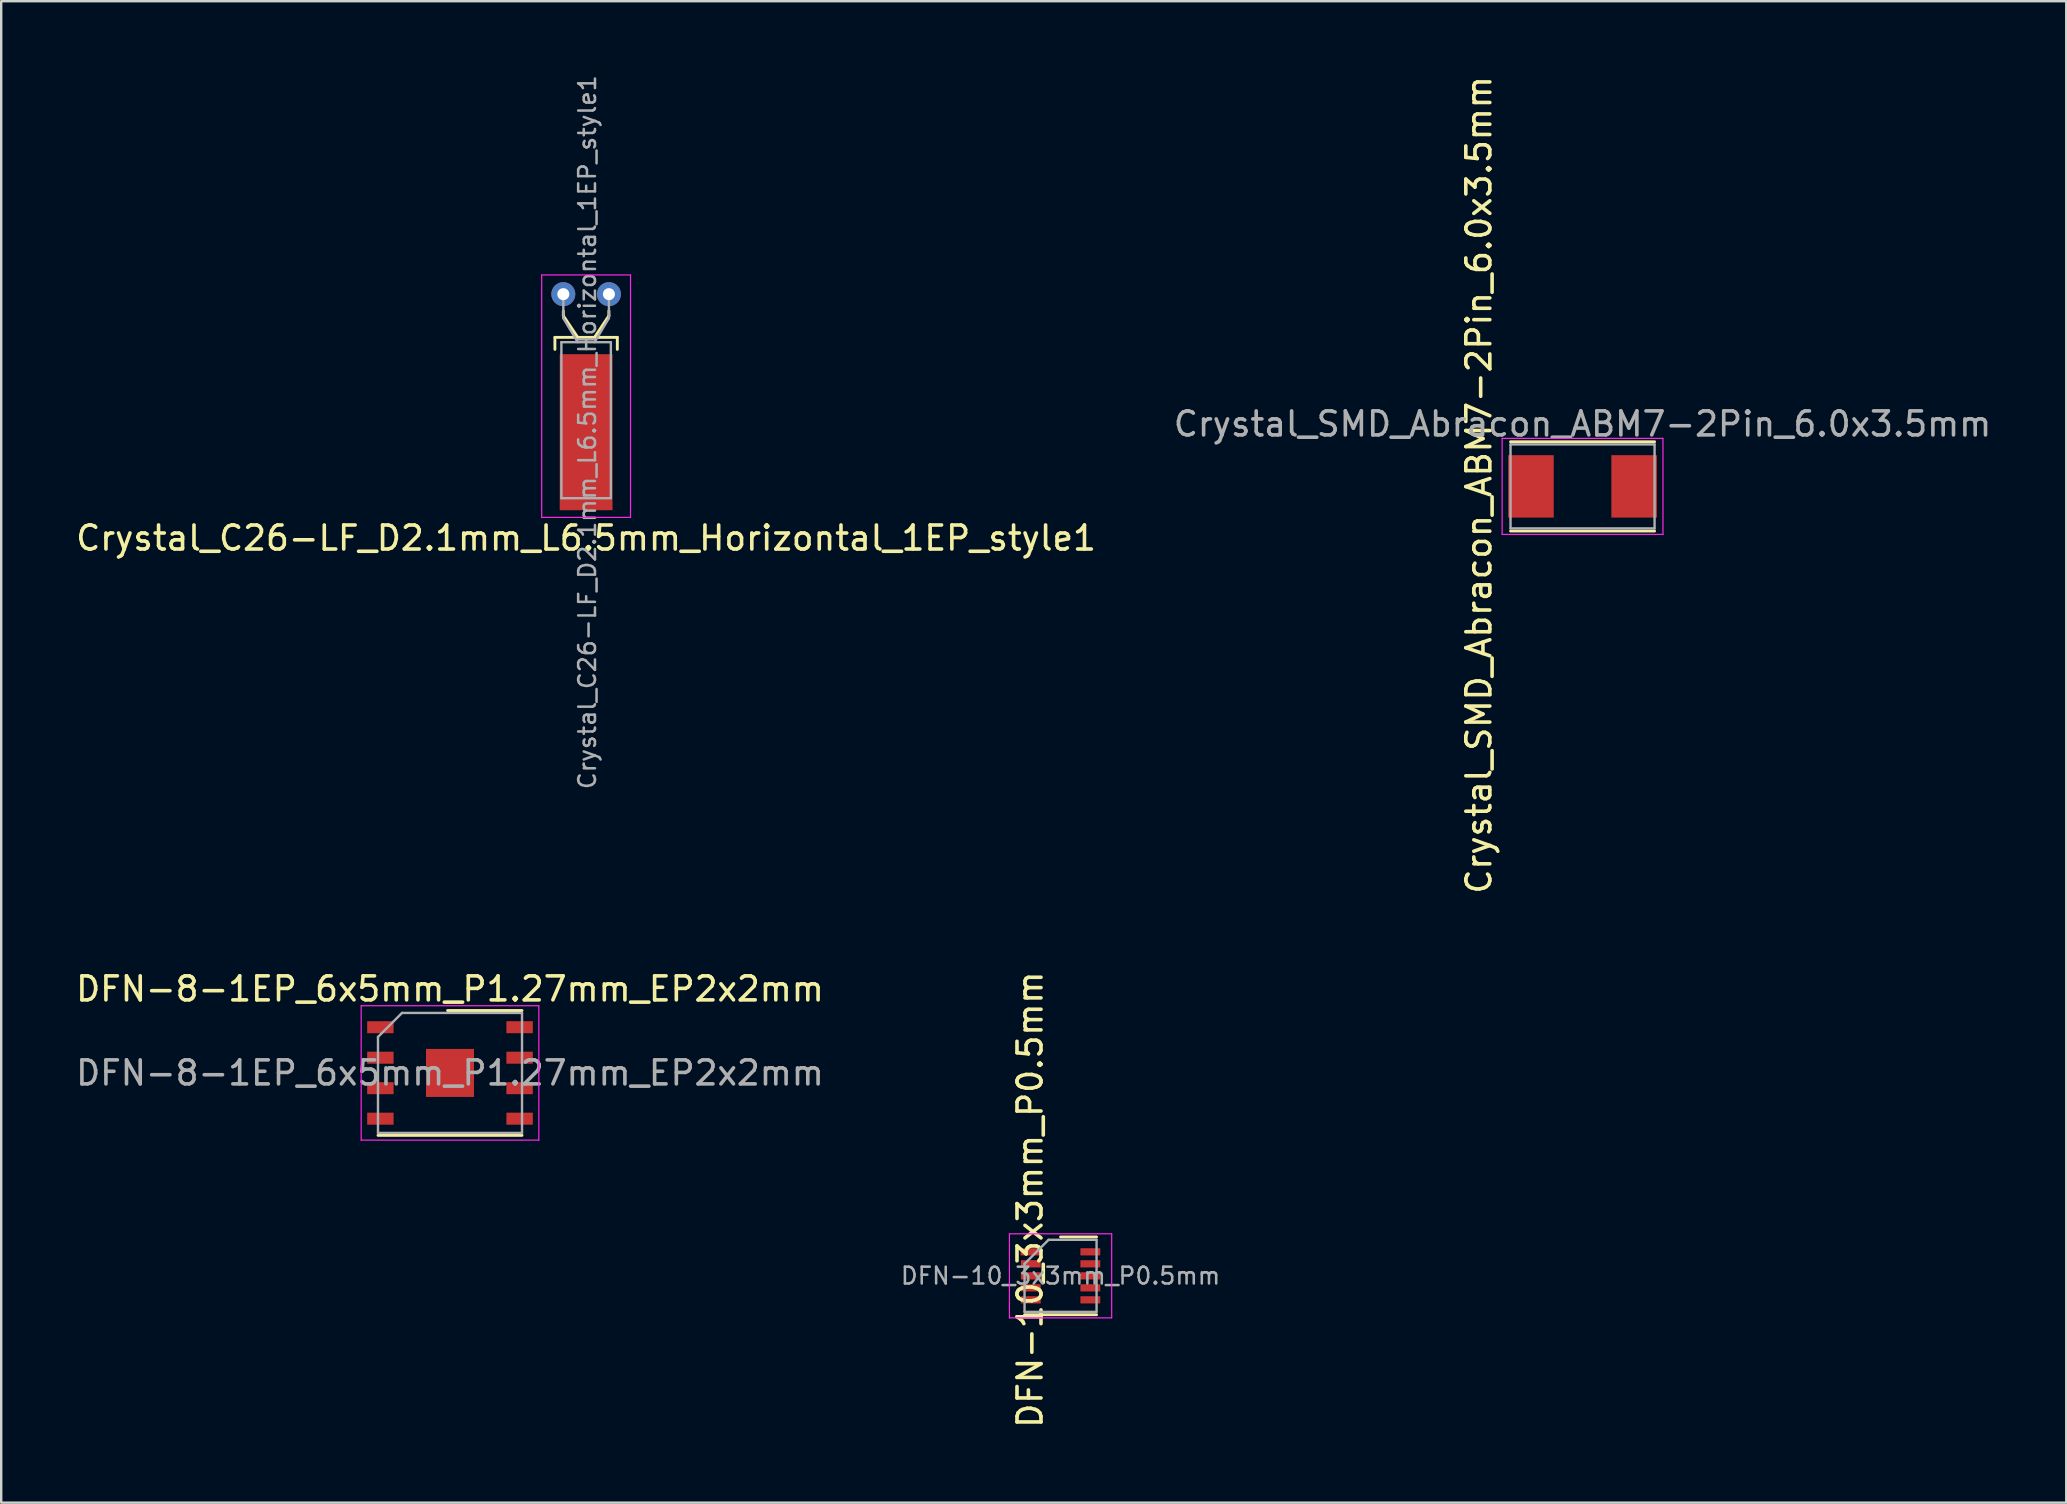
<source format=kicad_pcb>
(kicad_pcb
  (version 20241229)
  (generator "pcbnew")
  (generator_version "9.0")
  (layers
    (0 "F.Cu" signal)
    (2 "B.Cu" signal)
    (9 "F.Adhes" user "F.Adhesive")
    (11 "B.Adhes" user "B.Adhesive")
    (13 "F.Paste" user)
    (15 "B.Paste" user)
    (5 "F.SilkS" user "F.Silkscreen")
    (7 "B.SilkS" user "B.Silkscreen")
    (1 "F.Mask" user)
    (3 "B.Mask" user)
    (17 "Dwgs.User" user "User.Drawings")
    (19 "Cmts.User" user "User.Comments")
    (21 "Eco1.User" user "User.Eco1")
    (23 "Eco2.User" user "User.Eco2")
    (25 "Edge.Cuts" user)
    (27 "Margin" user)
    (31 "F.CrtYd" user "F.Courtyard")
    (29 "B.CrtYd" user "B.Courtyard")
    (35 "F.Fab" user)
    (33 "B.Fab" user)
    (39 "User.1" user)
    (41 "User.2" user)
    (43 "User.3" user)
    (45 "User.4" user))
  (footprint "Crystal_SMD_Abracon_ABM7-2Pin_6.0x3.5mm"
    (layer "F.Cu")
    (at 62.875 17.212)
    (property "Reference" "Crystal_SMD_Abracon_ABM7-2Pin_6.0x3.5mm" (at -4.318 -0.064 90) (layer "F.SilkS") (effects (font (size 1 1) (thickness 0.15))))
    (attr smd)
    (fp_line (start -3 -1.86) (end 3 -1.86) (stroke (width 0.12) (type solid)) (layer "F.SilkS"))
    (fp_line (start -3 1.86) (end 3 1.86) (stroke (width 0.12) (type solid)) (layer "F.SilkS"))
    (fp_line (start -3.35 -2) (end -3.35 2) (stroke (width 0.05) (type solid)) (layer "F.CrtYd"))
    (fp_line (start -3.35 -2) (end 3.35 -2) (stroke (width 0.05) (type solid)) (layer "F.CrtYd"))
    (fp_line (start 3.35 2) (end -3.35 2) (stroke (width 0.05) (type solid)) (layer "F.CrtYd"))
    (fp_line (start 3.35 2) (end 3.35 -2) (stroke (width 0.05) (type solid)) (layer "F.CrtYd"))
    (fp_line (start -3 -1.75) (end -3 1.75) (stroke (width 0.1) (type solid)) (layer "F.Fab"))
    (fp_line (start -3 -1.75) (end 3 -1.75) (stroke (width 0.1) (type solid)) (layer "F.Fab"))
    (fp_line (start -3 1.75) (end 3 1.75) (stroke (width 0.1) (type solid)) (layer "F.Fab"))
    (fp_line (start 3 -1.75) (end 3 1.75) (stroke (width 0.1) (type solid)) (layer "F.Fab"))
    (fp_text user "${REFERENCE}" (at 0 -2.6 0) (layer "F.Fab") (effects (font (size 1 1) (thickness 0.15))))
    (pad "1" smd rect (at -2.15 0) (size 1.9 2.6) (layers "F.Cu" "F.Mask" "F.Paste"))
    (pad "2" smd rect (at 2.15 0) (size 1.9 2.6) (layers "F.Cu" "F.Mask" "F.Paste")))
  (footprint "DFN-8-1EP_6x5mm_P1.27mm_EP2x2mm"
    (layer "F.Cu")
    (at 15.696 41.646)
    (property "Reference" "DFN-8-1EP_6x5mm_P1.27mm_EP2x2mm" (at 0 -3.5 0) (layer "F.SilkS") (effects (font (size 1 1) (thickness 0.15))))
    (attr smd)
    (fp_line (start -3 2.6) (end 3 2.6) (stroke (width 0.12) (type solid)) (layer "F.SilkS"))
    (fp_line (start -0.1 -2.6) (end 3 -2.6) (stroke (width 0.12) (type solid)) (layer "F.SilkS"))
    (fp_line (start -3.7 -2.8) (end 3.7 -2.8) (stroke (width 0.05) (type solid)) (layer "F.CrtYd"))
    (fp_line (start -3.7 2.8) (end -3.7 -2.8) (stroke (width 0.05) (type solid)) (layer "F.CrtYd"))
    (fp_line (start 3.7 -2.8) (end 3.7 2.8) (stroke (width 0.05) (type solid)) (layer "F.CrtYd"))
    (fp_line (start 3.7 2.8) (end -3.7 2.8) (stroke (width 0.05) (type solid)) (layer "F.CrtYd"))
    (fp_line (start -3 2.5) (end -3 -1.5) (stroke (width 0.1) (type solid)) (layer "F.Fab"))
    (fp_line (start -2 -2.5) (end -3 -1.5) (stroke (width 0.1) (type solid)) (layer "F.Fab"))
    (fp_line (start -2 -2.5) (end 3 -2.5) (stroke (width 0.1) (type solid)) (layer "F.Fab"))
    (fp_line (start 3 -2.5) (end 3 2.5) (stroke (width 0.1) (type solid)) (layer "F.Fab"))
    (fp_line (start 3 2.5) (end -3 2.5) (stroke (width 0.1) (type solid)) (layer "F.Fab"))
    (fp_text user "${REFERENCE}" (at 0 0 0) (layer "F.Fab") (effects (font (size 1 1) (thickness 0.15))))
    (pad "" smd rect (at -0.5 -0.5 270) (size 0.8 0.8) (layers "F.Paste"))
    (pad "" smd rect (at -0.5 0.5 270) (size 0.8 0.8) (layers "F.Paste"))
    (pad "" smd rect (at 0.5 -0.5 270) (size 0.8 0.8) (layers "F.Paste"))
    (pad "" smd rect (at 0.5 0.5 270) (size 0.8 0.8) (layers "F.Paste"))
    (pad "1" smd rect (at -2.9 -1.905 270) (size 0.5 1.1) (layers "F.Cu" "F.Mask" "F.Paste"))
    (pad "2" smd rect (at -2.9 -0.635 270) (size 0.5 1.1) (layers "F.Cu" "F.Mask" "F.Paste"))
    (pad "3" smd rect (at -2.9 0.635 270) (size 0.5 1.1) (layers "F.Cu" "F.Mask" "F.Paste"))
    (pad "4" smd rect (at -2.9 1.905 270) (size 0.5 1.1) (layers "F.Cu" "F.Mask" "F.Paste"))
    (pad "5" smd rect (at 2.9 1.905 270) (size 0.5 1.1) (layers "F.Cu" "F.Mask" "F.Paste"))
    (pad "6" smd rect (at 2.9 0.635 270) (size 0.5 1.1) (layers "F.Cu" "F.Mask" "F.Paste"))
    (pad "7" smd rect (at 2.9 -0.635 270) (size 0.5 1.1) (layers "F.Cu" "F.Mask" "F.Paste"))
    (pad "8" smd rect (at 2.9 -1.905 270) (size 0.5 1.1) (layers "F.Cu" "F.Mask" "F.Paste"))
    (pad "9" smd rect (at 0 0 270) (size 2 2) (layers "F.Cu" "F.Mask")))
  (footprint "Crystal_C26-LF_D2.1mm_L6.5mm_Horizontal_1EP_style1"
    (layer "F.Cu")
    (at 20.416 9.204)
    (property "Reference" "Crystal_C26-LF_D2.1mm_L6.5mm_Horizontal_1EP_style1" (at 0.948 10.16 0) (layer "F.SilkS") (effects (font (size 1 1) (thickness 0.15))))
    (attr through_hole)
    (fp_line (start -0.35 1.8) (end 2.25 1.8) (stroke (width 0.12) (type solid)) (layer "F.SilkS"))
    (fp_line (start -0.35 2.3) (end -0.35 1.8) (stroke (width 0.12) (type solid)) (layer "F.SilkS"))
    (fp_line (start 0 0.9) (end 0 0.7) (stroke (width 0.12) (type solid)) (layer "F.SilkS"))
    (fp_line (start 0.6 1.8) (end 0 0.9) (stroke (width 0.12) (type solid)) (layer "F.SilkS"))
    (fp_line (start 1.3 1.8) (end 1.9 0.9) (stroke (width 0.12) (type solid)) (layer "F.SilkS"))
    (fp_line (start 1.9 0.9) (end 1.9 0.7) (stroke (width 0.12) (type solid)) (layer "F.SilkS"))
    (fp_line (start 2.25 1.8) (end 2.25 2.3) (stroke (width 0.12) (type solid)) (layer "F.SilkS"))
    (fp_line (start -0.9 -0.8) (end -0.9 9.3) (stroke (width 0.05) (type solid)) (layer "F.CrtYd"))
    (fp_line (start -0.9 9.3) (end 2.8 9.3) (stroke (width 0.05) (type solid)) (layer "F.CrtYd"))
    (fp_line (start 2.8 -0.8) (end -0.9 -0.8) (stroke (width 0.05) (type solid)) (layer "F.CrtYd"))
    (fp_line (start 2.8 9.3) (end 2.8 -0.8) (stroke (width 0.05) (type solid)) (layer "F.CrtYd"))
    (fp_line (start -0.08 2) (end -0.08 8.5) (stroke (width 0.1) (type solid)) (layer "F.Fab"))
    (fp_line (start -0.08 8.5) (end 1.98 8.5) (stroke (width 0.1) (type solid)) (layer "F.Fab"))
    (fp_line (start 0 1) (end 0 0) (stroke (width 0.1) (type solid)) (layer "F.Fab"))
    (fp_line (start 0.6 2) (end 0 1) (stroke (width 0.1) (type solid)) (layer "F.Fab"))
    (fp_line (start 1.3 2) (end 1.9 1) (stroke (width 0.1) (type solid)) (layer "F.Fab"))
    (fp_line (start 1.9 1) (end 1.9 0) (stroke (width 0.1) (type solid)) (layer "F.Fab"))
    (fp_line (start 1.98 2) (end -0.08 2) (stroke (width 0.1) (type solid)) (layer "F.Fab"))
    (fp_line (start 1.98 8.5) (end 1.98 2) (stroke (width 0.1) (type solid)) (layer "F.Fab"))
    (fp_text user "${REFERENCE}" (at 1 5.75 270) (layer "F.Fab") (effects (font (size 0.7 0.7) (thickness 0.105))))
    (pad "1" thru_hole circle (at 0 0) (size 1 1) (drill 0.5) (layers "*.Cu" "*.Mask"))
    (pad "2" thru_hole circle (at 1.9 0) (size 1 1) (drill 0.5) (layers "*.Cu" "*.Mask"))
    (pad "3" smd rect (at 0.95 5.75) (size 2.2 6.5) (layers "F.Cu" "F.Mask" "F.Paste")))
  (footprint "DFN-10_3x3mm_P0.5mm"
    (layer "F.Cu")
    (at 41.13 50.098)
    (property "Reference" "DFN-10_3x3mm_P0.5mm" (at -1.27 -3.175 270) (layer "F.SilkS") (effects (font (size 1 1) (thickness 0.15))))
    (attr smd)
    (fp_line (start -1.5 1.62) (end 1.5 1.62) (stroke (width 0.12) (type solid)) (layer "F.SilkS"))
    (fp_line (start 0 -1.62) (end 1.5 -1.62) (stroke (width 0.12) (type solid)) (layer "F.SilkS"))
    (fp_line (start -2.13 -1.75) (end -2.13 1.75) (stroke (width 0.05) (type solid)) (layer "F.CrtYd"))
    (fp_line (start -2.13 -1.75) (end 2.13 -1.75) (stroke (width 0.05) (type solid)) (layer "F.CrtYd"))
    (fp_line (start -2.13 1.75) (end 2.13 1.75) (stroke (width 0.05) (type solid)) (layer "F.CrtYd"))
    (fp_line (start 2.13 -1.75) (end 2.13 1.75) (stroke (width 0.05) (type solid)) (layer "F.CrtYd"))
    (fp_line (start -1.5 -0.5) (end -0.5 -1.5) (stroke (width 0.1) (type solid)) (layer "F.Fab"))
    (fp_line (start -1.5 1.5) (end -1.5 -0.5) (stroke (width 0.1) (type solid)) (layer "F.Fab"))
    (fp_line (start -0.5 -1.5) (end 1.5 -1.5) (stroke (width 0.1) (type solid)) (layer "F.Fab"))
    (fp_line (start 1.5 -1.5) (end 1.5 1.5) (stroke (width 0.1) (type solid)) (layer "F.Fab"))
    (fp_line (start 1.5 1.5) (end -1.5 1.5) (stroke (width 0.1) (type solid)) (layer "F.Fab"))
    (fp_text user "${REFERENCE}" (at 0 0 180) (layer "F.Fab") (effects (font (size 0.7 0.7) (thickness 0.105))))
    (pad "1" smd rect (at -1.25 -1) (size 0.825 0.3) (layers "F.Cu" "F.Mask" "F.Paste"))
    (pad "2" smd rect (at -1.24 -0.5) (size 0.825 0.3) (layers "F.Cu" "F.Mask" "F.Paste"))
    (pad "3" smd rect (at -1.24 0) (size 0.825 0.3) (layers "F.Cu" "F.Mask" "F.Paste"))
    (pad "4" smd rect (at -1.24 0.5) (size 0.825 0.3) (layers "F.Cu" "F.Mask" "F.Paste"))
    (pad "5" smd rect (at -1.24 1) (size 0.825 0.3) (layers "F.Cu" "F.Mask" "F.Paste"))
    (pad "6" smd rect (at 1.24 1) (size 0.825 0.3) (layers "F.Cu" "F.Mask" "F.Paste"))
    (pad "7" smd rect (at 1.24 0.5) (size 0.825 0.3) (layers "F.Cu" "F.Mask" "F.Paste"))
    (pad "8" smd rect (at 1.24 0) (size 0.825 0.3) (layers "F.Cu" "F.Mask" "F.Paste"))
    (pad "9" smd rect (at 1.24 -0.5) (size 0.825 0.3) (layers "F.Cu" "F.Mask" "F.Paste"))
    (pad "10" smd rect (at 1.24 -1) (size 0.825 0.3) (layers "F.Cu" "F.Mask" "F.Paste")))
  (gr_rect
    (start -3 -3)
    (end 83.024 59.548)
    (stroke (width 0.1) (type default))
    (fill no)
    (layer "Edge.Cuts")))
</source>
